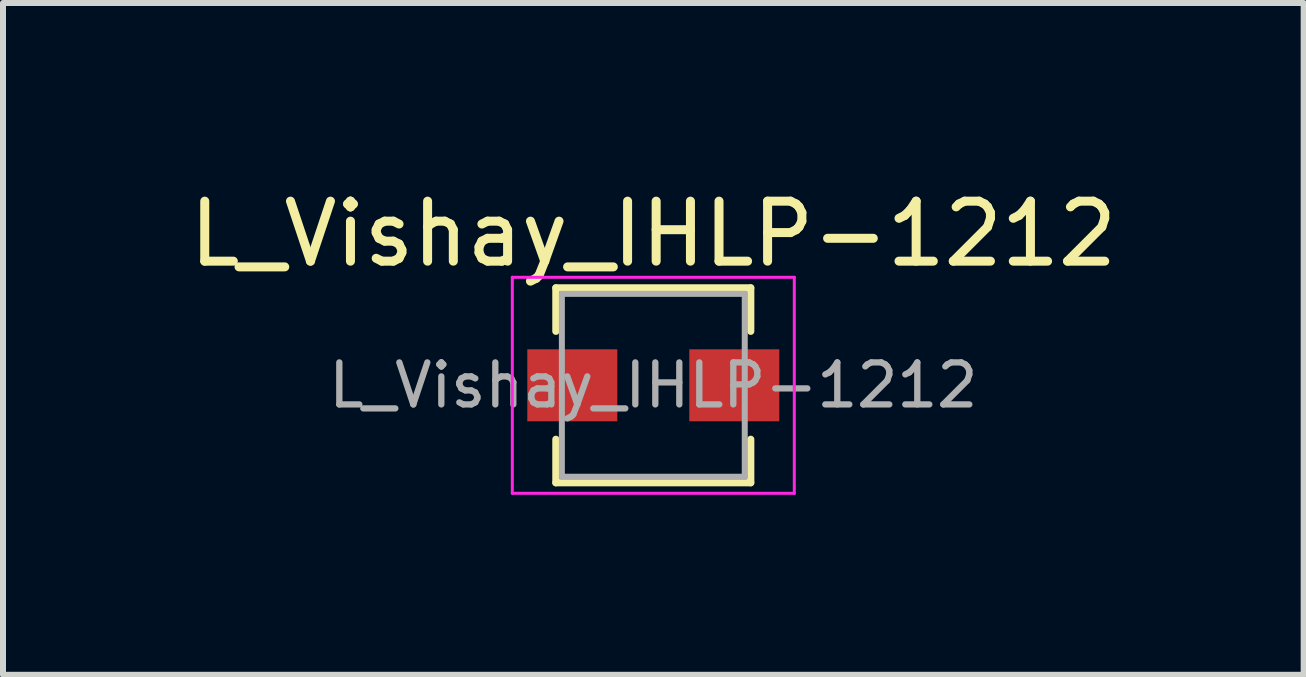
<source format=kicad_pcb>
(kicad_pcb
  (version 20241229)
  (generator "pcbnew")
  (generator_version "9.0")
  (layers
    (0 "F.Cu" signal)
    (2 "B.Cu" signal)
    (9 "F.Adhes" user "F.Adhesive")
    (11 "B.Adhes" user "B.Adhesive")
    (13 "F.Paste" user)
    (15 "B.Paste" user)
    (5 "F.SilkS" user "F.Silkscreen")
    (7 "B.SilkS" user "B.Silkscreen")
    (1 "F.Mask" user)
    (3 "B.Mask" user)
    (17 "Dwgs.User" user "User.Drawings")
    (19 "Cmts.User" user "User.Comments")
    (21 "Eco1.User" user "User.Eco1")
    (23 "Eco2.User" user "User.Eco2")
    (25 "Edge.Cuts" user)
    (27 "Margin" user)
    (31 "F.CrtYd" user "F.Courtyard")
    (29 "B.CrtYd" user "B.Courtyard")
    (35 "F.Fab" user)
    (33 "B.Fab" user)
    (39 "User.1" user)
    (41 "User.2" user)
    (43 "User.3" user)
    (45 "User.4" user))
  (footprint "L_Vishay_IHLP-1212"
    (layer "F.Cu")
    (at 7.839 3.372)
    (property "Reference" "L_Vishay_IHLP-1212" (at 0 -2.524 0) (layer "F.SilkS") (effects (font (size 1 1) (thickness 0.15))))
    (attr smd)
    (fp_line (start -1.624 -1.624) (end 1.624 -1.624) (stroke (width 0.12) (type solid)) (layer "F.SilkS"))
    (fp_line (start -1.624 -0.9) (end -1.624 -1.624) (stroke (width 0.12) (type solid)) (layer "F.SilkS"))
    (fp_line (start -1.624 0.9) (end -1.624 1.624) (stroke (width 0.12) (type solid)) (layer "F.SilkS"))
    (fp_line (start -1.624 1.624) (end 1.624 1.624) (stroke (width 0.12) (type solid)) (layer "F.SilkS"))
    (fp_line (start 1.624 -1.624) (end 1.624 -0.9) (stroke (width 0.12) (type solid)) (layer "F.SilkS"))
    (fp_line (start 1.624 1.624) (end 1.624 0.9) (stroke (width 0.12) (type solid)) (layer "F.SilkS"))
    (fp_line (start -2.35 -1.8) (end -2.35 1.8) (stroke (width 0.05) (type solid)) (layer "F.CrtYd"))
    (fp_line (start -2.35 1.8) (end 2.35 1.8) (stroke (width 0.05) (type solid)) (layer "F.CrtYd"))
    (fp_line (start 2.35 -1.8) (end -2.35 -1.8) (stroke (width 0.05) (type solid)) (layer "F.CrtYd"))
    (fp_line (start 2.35 1.8) (end 2.35 -1.8) (stroke (width 0.05) (type solid)) (layer "F.CrtYd"))
    (fp_line (start -1.524 -1.524) (end -1.524 1.524) (stroke (width 0.1) (type solid)) (layer "F.Fab"))
    (fp_line (start -1.524 1.524) (end 1.524 1.524) (stroke (width 0.1) (type solid)) (layer "F.Fab"))
    (fp_line (start 1.524 -1.524) (end -1.524 -1.524) (stroke (width 0.1) (type solid)) (layer "F.Fab"))
    (fp_line (start 1.524 1.524) (end 1.524 -1.524) (stroke (width 0.1) (type solid)) (layer "F.Fab"))
    (fp_text user "${REFERENCE}" (at 0 0 0) (layer "F.Fab") (effects (font (size 0.7 0.7) (thickness 0.105))))
    (pad "1" smd rect (at -1.35 0) (size 1.5 1.2) (layers "F.Cu" "F.Mask" "F.Paste"))
    (pad "2" smd rect (at 1.35 0) (size 1.5 1.2) (layers "F.Cu" "F.Mask" "F.Paste")))
  (gr_rect
    (start -3 -3)
    (end 18.679 8.197)
    (stroke (width 0.1) (type default))
    (fill no)
    (layer "Edge.Cuts")))
</source>
